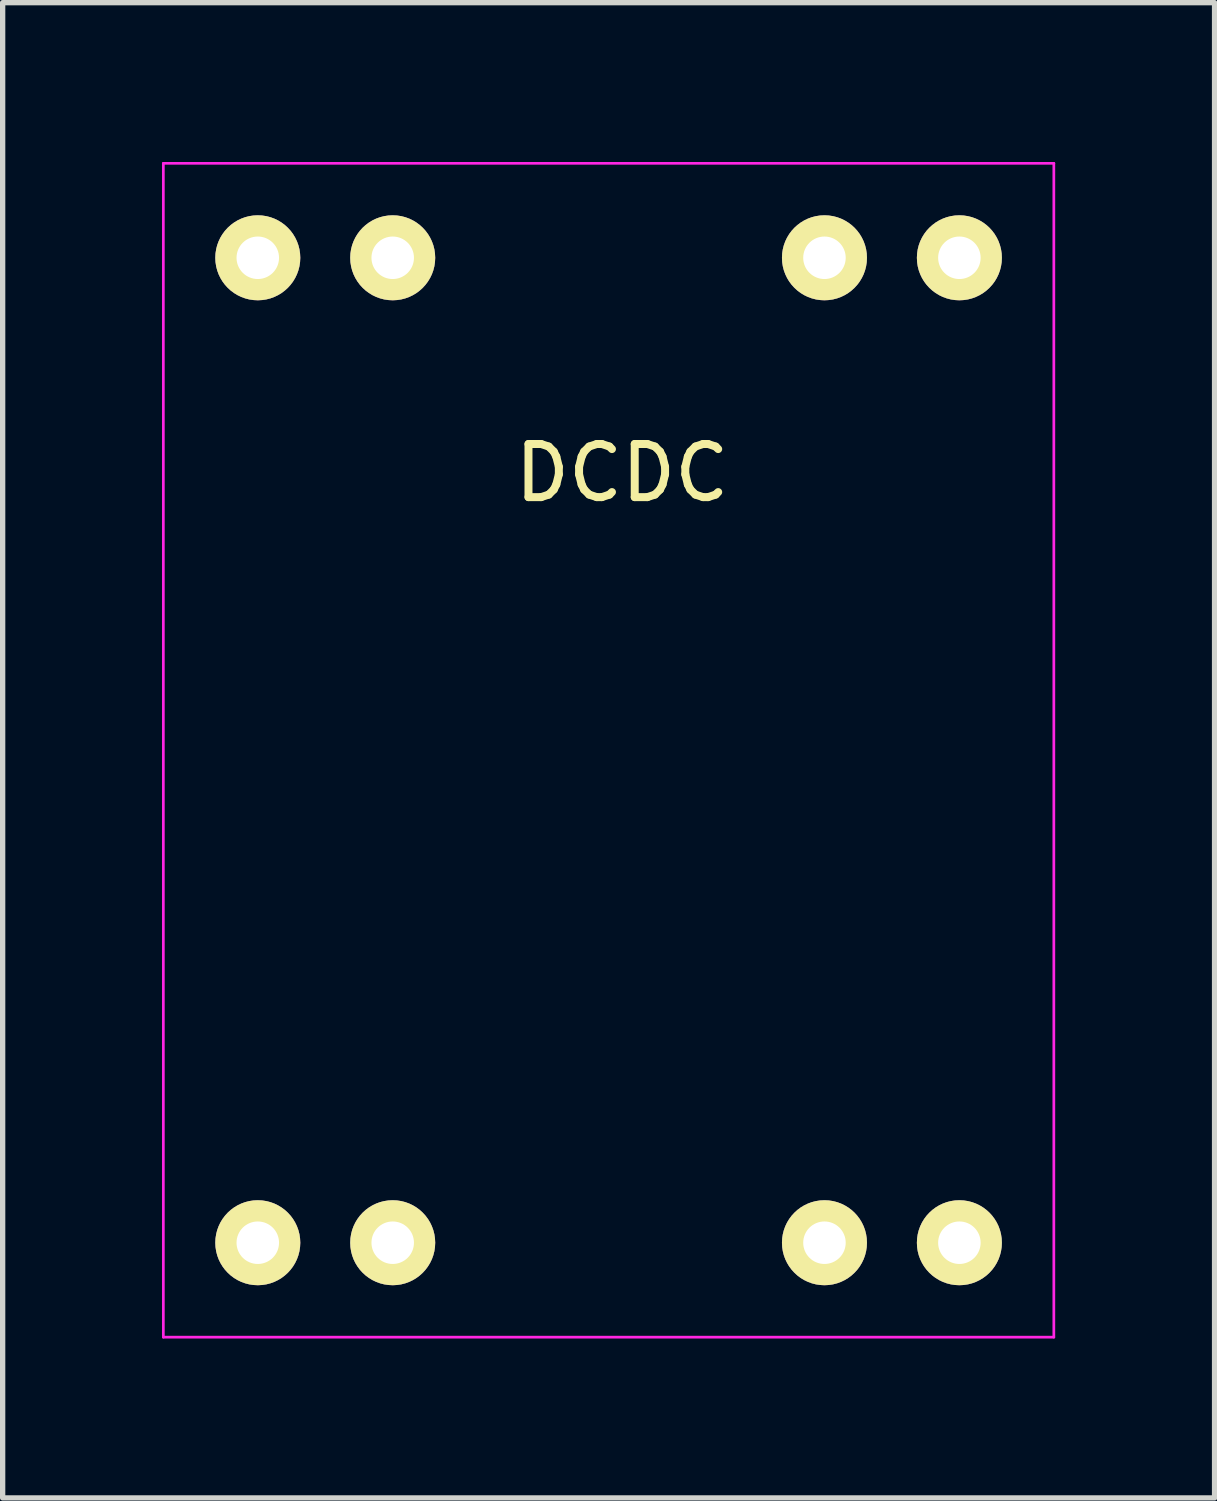
<source format=kicad_pcb>
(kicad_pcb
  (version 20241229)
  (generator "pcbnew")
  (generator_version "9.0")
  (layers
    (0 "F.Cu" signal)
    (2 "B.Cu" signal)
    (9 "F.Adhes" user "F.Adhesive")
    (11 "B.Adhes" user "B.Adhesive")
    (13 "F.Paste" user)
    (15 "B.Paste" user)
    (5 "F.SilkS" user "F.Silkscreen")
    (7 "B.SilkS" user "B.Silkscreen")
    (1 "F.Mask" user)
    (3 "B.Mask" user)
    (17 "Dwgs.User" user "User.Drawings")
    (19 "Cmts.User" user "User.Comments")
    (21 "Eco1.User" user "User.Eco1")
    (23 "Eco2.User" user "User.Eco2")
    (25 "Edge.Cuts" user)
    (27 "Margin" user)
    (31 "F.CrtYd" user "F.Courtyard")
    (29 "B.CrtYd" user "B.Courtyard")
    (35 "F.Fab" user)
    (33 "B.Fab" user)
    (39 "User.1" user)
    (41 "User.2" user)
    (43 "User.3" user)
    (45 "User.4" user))
  (footprint "DCDC"
    (layer "F.Cu")
    (at 8.407 11.074)
    (property "Reference" "DCDC" (at 0.254 -5.22 0) (layer "F.SilkS") (effects (font (size 1 1) (thickness 0.15))))
    (attr through_hole)
    (fp_line (start -8.382 -11.049) (end -8.382 11.049) (stroke (width 0.051) (type solid)) (layer "F.CrtYd"))
    (fp_line (start -8.382 -11.049) (end 8.382 -11.049) (stroke (width 0.051) (type solid)) (layer "F.CrtYd"))
    (fp_line (start -8.382 11.049) (end 8.382 11.049) (stroke (width 0.051) (type solid)) (layer "F.CrtYd"))
    (fp_line (start 8.382 -11.049) (end 8.382 11.049) (stroke (width 0.051) (type solid)) (layer "F.CrtYd"))
    (pad "1" thru_hole oval (at -6.604 -9.271) (size 1.6 1.6) (drill 0.8) (layers "*.Cu" "*.Mask" "F.SilkS"))
    (pad "2" thru_hole oval (at -4.064 -9.271) (size 1.6 1.6) (drill 0.8) (layers "*.Cu" "*.Mask" "F.SilkS"))
    (pad "3" thru_hole oval (at 4.064 -9.271) (size 1.6 1.6) (drill 0.8) (layers "*.Cu" "*.Mask" "F.SilkS"))
    (pad "4" thru_hole oval (at 6.604 -9.271) (size 1.6 1.6) (drill 0.8) (layers "*.Cu" "*.Mask" "F.SilkS"))
    (pad "5" thru_hole oval (at -6.604 9.271) (size 1.6 1.6) (drill 0.8) (layers "*.Cu" "*.Mask" "F.SilkS"))
    (pad "6" thru_hole oval (at -4.064 9.271) (size 1.6 1.6) (drill 0.8) (layers "*.Cu" "*.Mask" "F.SilkS"))
    (pad "7" thru_hole oval (at 4.064 9.271) (size 1.6 1.6) (drill 0.8) (layers "*.Cu" "*.Mask" "F.SilkS"))
    (pad "8" thru_hole oval (at 6.604 9.271) (size 1.6 1.6) (drill 0.8) (layers "*.Cu" "*.Mask" "F.SilkS")))
  (gr_rect
    (start -3 -3)
    (end 19.815 25.149)
    (stroke (width 0.1) (type default))
    (fill no)
    (layer "Edge.Cuts")))
</source>
